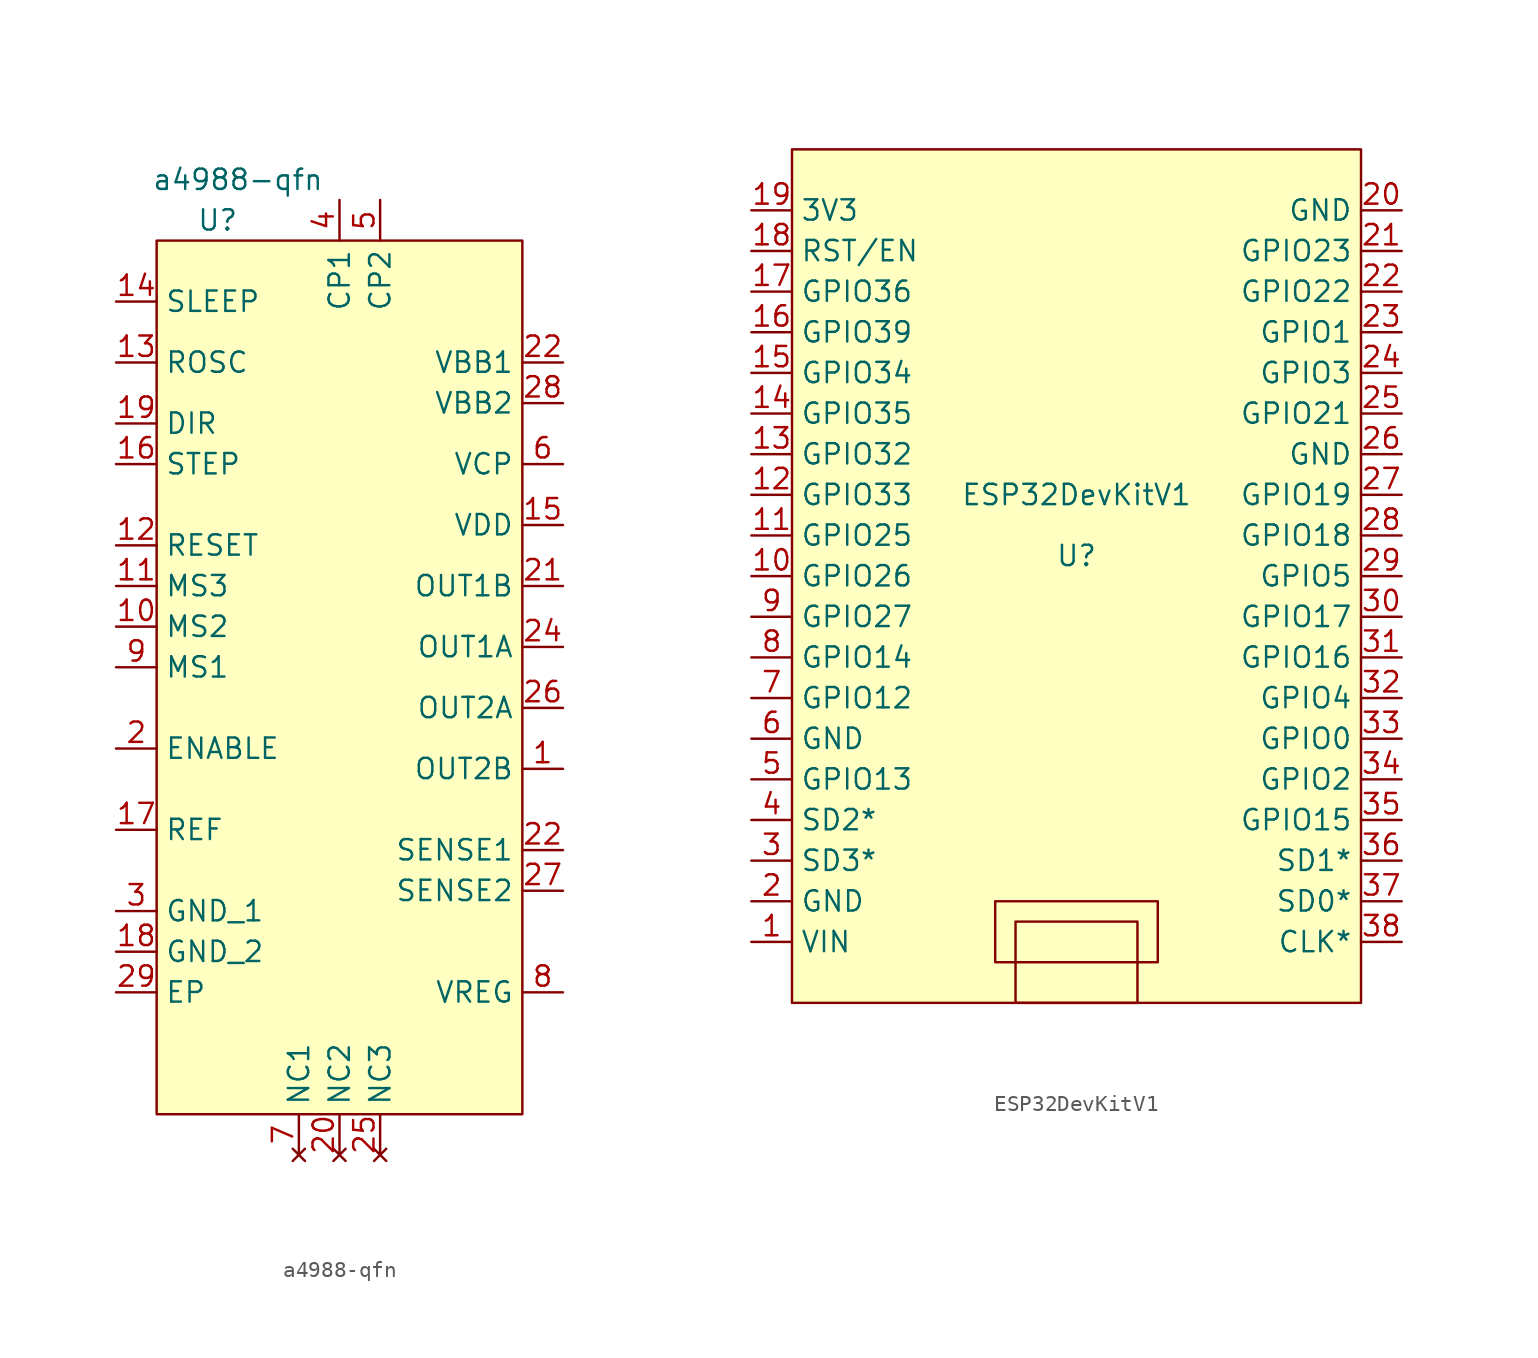
<source format=kicad_sym>
(kicad_symbol_lib
  (version 20211014)
  (generator kicad_symbol_editor)
  (symbol "a4988-qfn"
    (property "Reference" "U"
      (at -8.89 11.43 0)
      (effects (font (size 1.27 1.27))))
    (property "Value" "a4988-qfn"
      (at -7.62 13.97 0)
      (effects (font (size 1.27 1.27))))
    (symbol "a4988-qfn_0_1"
      (rectangle (start -12.7 10.16) (end 10.16 -44.45) (stroke (width 0) (type default) (color 0 0 0 0)) (fill (type background))))
    (symbol "a4988-qfn_1_1"
      (pin output line (at 12.7 -22.86 180) (length 2.54) (name "OUT2B" (effects (font (size 1.27 1.27)))) (number "1" (effects (font (size 1.27 1.27)))))
      (pin bidirectional line (at -15.24 -13.97 0) (length 2.54) (name "MS2" (effects (font (size 1.27 1.27)))) (number "10" (effects (font (size 1.27 1.27)))))
      (pin bidirectional line (at -15.24 -11.43 0) (length 2.54) (name "MS3" (effects (font (size 1.27 1.27)))) (number "11" (effects (font (size 1.27 1.27)))))
      (pin bidirectional line (at -15.24 -8.89 0) (length 2.54) (name "RESET" (effects (font (size 1.27 1.27)))) (number "12" (effects (font (size 1.27 1.27)))))
      (pin bidirectional line (at -15.24 2.54 0) (length 2.54) (name "ROSC" (effects (font (size 1.27 1.27)))) (number "13" (effects (font (size 1.27 1.27)))))
      (pin bidirectional line (at -15.24 6.35 0) (length 2.54) (name "SLEEP" (effects (font (size 1.27 1.27)))) (number "14" (effects (font (size 1.27 1.27)))))
      (pin bidirectional line (at 12.7 -7.62 180) (length 2.54) (name "VDD" (effects (font (size 1.27 1.27)))) (number "15" (effects (font (size 1.27 1.27)))))
      (pin input line (at -15.24 -3.81 0) (length 2.54) (name "STEP" (effects (font (size 1.27 1.27)))) (number "16" (effects (font (size 1.27 1.27)))))
      (pin bidirectional line (at -15.24 -26.67 0) (length 2.54) (name "REF" (effects (font (size 1.27 1.27)))) (number "17" (effects (font (size 1.27 1.27)))))
      (pin bidirectional line (at -15.24 -34.29 0) (length 2.54) (name "GND_2" (effects (font (size 1.27 1.27)))) (number "18" (effects (font (size 1.27 1.27)))))
      (pin input line (at -15.24 -1.27 0) (length 2.54) (name "DIR" (effects (font (size 1.27 1.27)))) (number "19" (effects (font (size 1.27 1.27)))))
      (pin bidirectional line (at -15.24 -21.59 0) (length 2.54) (name "ENABLE" (effects (font (size 1.27 1.27)))) (number "2" (effects (font (size 1.27 1.27)))))
      (pin no_connect line (at -1.27 -46.99 90) (length 2.54) (name "NC2" (effects (font (size 1.27 1.27)))) (number "20" (effects (font (size 1.27 1.27)))))
      (pin output line (at 12.7 -11.43 180) (length 2.54) (name "OUT1B" (effects (font (size 1.27 1.27)))) (number "21" (effects (font (size 1.27 1.27)))))
      (pin bidirectional line (at 12.7 -27.94 180) (length 2.54) (name "SENSE1" (effects (font (size 1.27 1.27)))) (number "22" (effects (font (size 1.27 1.27)))))
      (pin bidirectional line (at 12.7 2.54 180) (length 2.54) (name "VBB1" (effects (font (size 1.27 1.27)))) (number "22" (effects (font (size 1.27 1.27)))))
      (pin output line (at 12.7 -15.24 180) (length 2.54) (name "OUT1A" (effects (font (size 1.27 1.27)))) (number "24" (effects (font (size 1.27 1.27)))))
      (pin no_connect line (at 1.27 -46.99 90) (length 2.54) (name "NC3" (effects (font (size 1.27 1.27)))) (number "25" (effects (font (size 1.27 1.27)))))
      (pin output line (at 12.7 -19.05 180) (length 2.54) (name "OUT2A" (effects (font (size 1.27 1.27)))) (number "26" (effects (font (size 1.27 1.27)))))
      (pin bidirectional line (at 12.7 -30.48 180) (length 2.54) (name "SENSE2" (effects (font (size 1.27 1.27)))) (number "27" (effects (font (size 1.27 1.27)))))
      (pin bidirectional line (at 12.7 0 180) (length 2.54) (name "VBB2" (effects (font (size 1.27 1.27)))) (number "28" (effects (font (size 1.27 1.27)))))
      (pin bidirectional line (at -15.24 -36.83 0) (length 2.54) (name "EP" (effects (font (size 1.27 1.27)))) (number "29" (effects (font (size 1.27 1.27)))))
      (pin bidirectional line (at -15.24 -31.75 0) (length 2.54) (name "GND_1" (effects (font (size 1.27 1.27)))) (number "3" (effects (font (size 1.27 1.27)))))
      (pin bidirectional line (at -1.27 12.7 270) (length 2.54) (name "CP1" (effects (font (size 1.27 1.27)))) (number "4" (effects (font (size 1.27 1.27)))))
      (pin bidirectional line (at 1.27 12.7 270) (length 2.54) (name "CP2" (effects (font (size 1.27 1.27)))) (number "5" (effects (font (size 1.27 1.27)))))
      (pin bidirectional line (at 12.7 -3.81 180) (length 2.54) (name "VCP" (effects (font (size 1.27 1.27)))) (number "6" (effects (font (size 1.27 1.27)))))
      (pin no_connect line (at -3.81 -46.99 90) (length 2.54) (name "NC1" (effects (font (size 1.27 1.27)))) (number "7" (effects (font (size 1.27 1.27)))))
      (pin bidirectional line (at 12.7 -36.83 180) (length 2.54) (name "VREG" (effects (font (size 1.27 1.27)))) (number "8" (effects (font (size 1.27 1.27)))))
      (pin bidirectional line (at -15.24 -16.51 0) (length 2.54) (name "MS1" (effects (font (size 1.27 1.27)))) (number "9" (effects (font (size 1.27 1.27)))))))
  (symbol "ESP32DevKitV1"
    (property "Reference" "U"
      (at 0 1.27 0)
      (effects (font (size 1.27 1.27))))
    (property "Value" "ESP32DevKitV1"
      (at 0 5.08 0)
      (effects (font (size 1.27 1.27))))
    (symbol "ESP32DevKitV1_0_0"
      (rectangle (start -17.78 26.67) (end 17.78 -26.67) (stroke (width 0) (type default) (color 0 0 0 0)) (fill (type background)))
      (rectangle (start -5.08 -20.32) (end 5.08 -24.13) (stroke (width 0) (type default) (color 0 0 0 0)) (fill (type none)))
      (rectangle (start -3.81 -21.59) (end 3.81 -26.67) (stroke (width 0) (type default) (color 0 0 0 0)) (fill (type none))))
    (symbol "ESP32DevKitV1_1_1"
      (pin power_in line (at -20.32 -22.86 0) (length 2.54) (name "VIN" (effects (font (size 1.27 1.27)))) (number "1" (effects (font (size 1.27 1.27)))))
      (pin bidirectional line (at -20.32 0 0) (length 2.54) (name "GPIO26" (effects (font (size 1.27 1.27)))) (number "10" (effects (font (size 1.27 1.27)))))
      (pin bidirectional line (at -20.32 2.54 0) (length 2.54) (name "GPIO25" (effects (font (size 1.27 1.27)))) (number "11" (effects (font (size 1.27 1.27)))))
      (pin bidirectional line (at -20.32 5.08 0) (length 2.54) (name "GPIO33" (effects (font (size 1.27 1.27)))) (number "12" (effects (font (size 1.27 1.27)))))
      (pin bidirectional line (at -20.32 7.62 0) (length 2.54) (name "GPIO32" (effects (font (size 1.27 1.27)))) (number "13" (effects (font (size 1.27 1.27)))))
      (pin bidirectional line (at -20.32 10.16 0) (length 2.54) (name "GPIO35" (effects (font (size 1.27 1.27)))) (number "14" (effects (font (size 1.27 1.27)))))
      (pin bidirectional line (at -20.32 12.7 0) (length 2.54) (name "GPIO34" (effects (font (size 1.27 1.27)))) (number "15" (effects (font (size 1.27 1.27)))))
      (pin bidirectional line (at -20.32 15.24 0) (length 2.54) (name "GPIO39" (effects (font (size 1.27 1.27)))) (number "16" (effects (font (size 1.27 1.27)))))
      (pin bidirectional line (at -20.32 17.78 0) (length 2.54) (name "GPIO36" (effects (font (size 1.27 1.27)))) (number "17" (effects (font (size 1.27 1.27)))))
      (pin bidirectional line (at -20.32 20.32 0) (length 2.54) (name "RST/EN" (effects (font (size 1.27 1.27)))) (number "18" (effects (font (size 1.27 1.27)))))
      (pin power_in line (at -20.32 22.86 0) (length 2.54) (name "3V3" (effects (font (size 1.27 1.27)))) (number "19" (effects (font (size 1.27 1.27)))))
      (pin power_in line (at -20.32 -20.32 0) (length 2.54) (name "GND" (effects (font (size 1.27 1.27)))) (number "2" (effects (font (size 1.27 1.27)))))
      (pin power_in line (at 20.32 22.86 180) (length 2.54) (name "GND" (effects (font (size 1.27 1.27)))) (number "20" (effects (font (size 1.27 1.27)))))
      (pin bidirectional line (at 20.32 20.32 180) (length 2.54) (name "GPIO23" (effects (font (size 1.27 1.27)))) (number "21" (effects (font (size 1.27 1.27)))))
      (pin bidirectional line (at 20.32 17.78 180) (length 2.54) (name "GPIO22" (effects (font (size 1.27 1.27)))) (number "22" (effects (font (size 1.27 1.27)))))
      (pin bidirectional line (at 20.32 15.24 180) (length 2.54) (name "GPIO1" (effects (font (size 1.27 1.27)))) (number "23" (effects (font (size 1.27 1.27)))))
      (pin bidirectional line (at 20.32 12.7 180) (length 2.54) (name "GPIO3" (effects (font (size 1.27 1.27)))) (number "24" (effects (font (size 1.27 1.27)))))
      (pin bidirectional line (at 20.32 10.16 180) (length 2.54) (name "GPIO21" (effects (font (size 1.27 1.27)))) (number "25" (effects (font (size 1.27 1.27)))))
      (pin power_in line (at 20.32 7.62 180) (length 2.54) (name "GND" (effects (font (size 1.27 1.27)))) (number "26" (effects (font (size 1.27 1.27)))))
      (pin bidirectional line (at 20.32 5.08 180) (length 2.54) (name "GPIO19" (effects (font (size 1.27 1.27)))) (number "27" (effects (font (size 1.27 1.27)))))
      (pin bidirectional line (at 20.32 2.54 180) (length 2.54) (name "GPIO18" (effects (font (size 1.27 1.27)))) (number "28" (effects (font (size 1.27 1.27)))))
      (pin bidirectional line (at 20.32 0 180) (length 2.54) (name "GPIO5" (effects (font (size 1.27 1.27)))) (number "29" (effects (font (size 1.27 1.27)))))
      (pin output line (at -20.32 -17.78 0) (length 2.54) (name "SD3*" (effects (font (size 1.27 1.27)))) (number "3" (effects (font (size 1.27 1.27)))))
      (pin bidirectional line (at 20.32 -2.54 180) (length 2.54) (name "GPIO17" (effects (font (size 1.27 1.27)))) (number "30" (effects (font (size 1.27 1.27)))))
      (pin bidirectional line (at 20.32 -5.08 180) (length 2.54) (name "GPIO16" (effects (font (size 1.27 1.27)))) (number "31" (effects (font (size 1.27 1.27)))))
      (pin bidirectional line (at 20.32 -7.62 180) (length 2.54) (name "GPIO4" (effects (font (size 1.27 1.27)))) (number "32" (effects (font (size 1.27 1.27)))))
      (pin bidirectional line (at 20.32 -10.16 180) (length 2.54) (name "GPIO0" (effects (font (size 1.27 1.27)))) (number "33" (effects (font (size 1.27 1.27)))))
      (pin bidirectional line (at 20.32 -12.7 180) (length 2.54) (name "GPIO2" (effects (font (size 1.27 1.27)))) (number "34" (effects (font (size 1.27 1.27)))))
      (pin bidirectional line (at 20.32 -15.24 180) (length 2.54) (name "GPIO15" (effects (font (size 1.27 1.27)))) (number "35" (effects (font (size 1.27 1.27)))))
      (pin output line (at 20.32 -17.78 180) (length 2.54) (name "SD1*" (effects (font (size 1.27 1.27)))) (number "36" (effects (font (size 1.27 1.27)))))
      (pin output line (at 20.32 -20.32 180) (length 2.54) (name "SD0*" (effects (font (size 1.27 1.27)))) (number "37" (effects (font (size 1.27 1.27)))))
      (pin output line (at 20.32 -22.86 180) (length 2.54) (name "CLK*" (effects (font (size 1.27 1.27)))) (number "38" (effects (font (size 1.27 1.27)))))
      (pin output line (at -20.32 -15.24 0) (length 2.54) (name "SD2*" (effects (font (size 1.27 1.27)))) (number "4" (effects (font (size 1.27 1.27)))))
      (pin bidirectional line (at -20.32 -12.7 0) (length 2.54) (name "GPIO13" (effects (font (size 1.27 1.27)))) (number "5" (effects (font (size 1.27 1.27)))))
      (pin power_in line (at -20.32 -10.16 0) (length 2.54) (name "GND" (effects (font (size 1.27 1.27)))) (number "6" (effects (font (size 1.27 1.27)))))
      (pin bidirectional line (at -20.32 -7.62 0) (length 2.54) (name "GPIO12" (effects (font (size 1.27 1.27)))) (number "7" (effects (font (size 1.27 1.27)))))
      (pin bidirectional line (at -20.32 -5.08 0) (length 2.54) (name "GPIO14" (effects (font (size 1.27 1.27)))) (number "8" (effects (font (size 1.27 1.27)))))
      (pin bidirectional line (at -20.32 -2.54 0) (length 2.54) (name "GPIO27" (effects (font (size 1.27 1.27)))) (number "9" (effects (font (size 1.27 1.27))))))))
</source>
